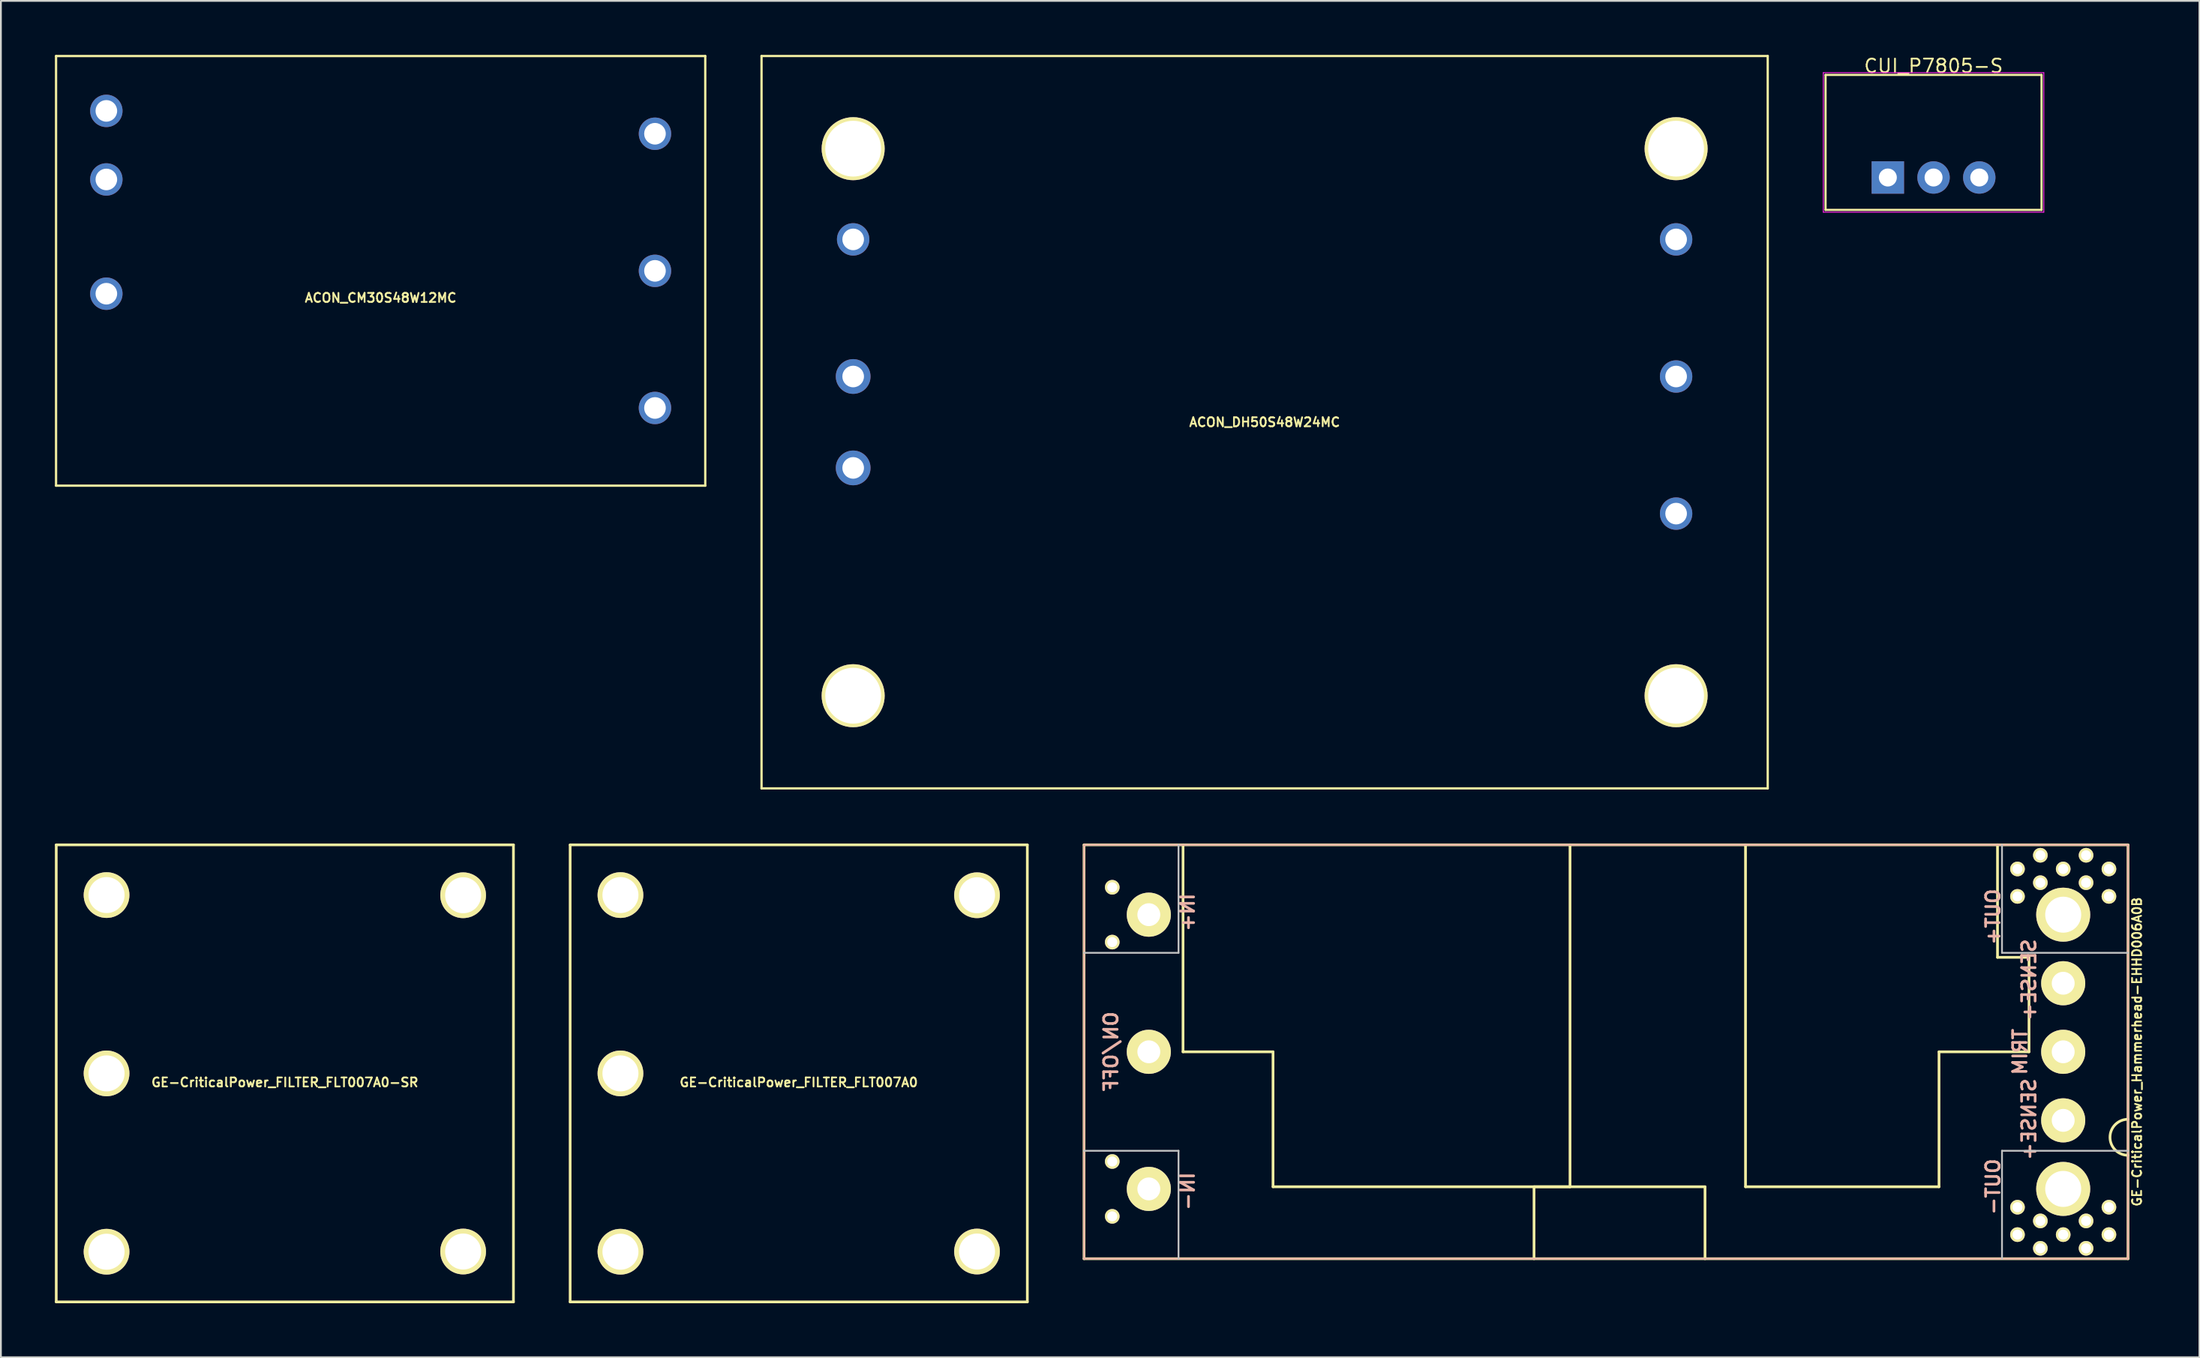
<source format=kicad_pcb>
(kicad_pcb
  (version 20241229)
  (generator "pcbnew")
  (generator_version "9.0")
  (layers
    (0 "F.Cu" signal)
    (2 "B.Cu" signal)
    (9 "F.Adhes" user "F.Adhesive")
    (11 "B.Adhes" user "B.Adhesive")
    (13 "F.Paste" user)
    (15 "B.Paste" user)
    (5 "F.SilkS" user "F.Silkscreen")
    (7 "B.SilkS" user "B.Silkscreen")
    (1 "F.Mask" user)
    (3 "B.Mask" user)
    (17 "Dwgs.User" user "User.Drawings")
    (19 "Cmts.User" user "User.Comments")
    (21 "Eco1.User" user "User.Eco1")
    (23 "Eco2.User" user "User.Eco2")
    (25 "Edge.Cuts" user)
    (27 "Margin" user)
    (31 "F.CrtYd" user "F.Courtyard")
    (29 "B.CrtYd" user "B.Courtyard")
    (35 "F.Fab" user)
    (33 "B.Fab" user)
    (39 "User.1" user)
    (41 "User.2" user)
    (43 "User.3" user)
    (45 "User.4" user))
  (footprint "GE-CriticalPower_FILTER_FLT007A0-SR"
    (layer "F.Cu")
    (at 12.775 56.602)
    (property "Reference" "GE-CriticalPower_FILTER_FLT007A0-SR" (at 0 0.5 0) (layer "F.SilkS") (effects (font (size 0.5 0.5) (thickness 0.1))))
    (attr through_hole)
    (fp_line (start -12.7 -12.7) (end -12.7 12.7) (stroke (width 0.15) (type solid)) (layer "F.SilkS"))
    (fp_line (start -12.7 -12.7) (end 12.7 -12.7) (stroke (width 0.15) (type solid)) (layer "F.SilkS"))
    (fp_line (start 12.7 -12.7) (end 12.7 12.7) (stroke (width 0.15) (type solid)) (layer "F.SilkS"))
    (fp_line (start 12.7 12.7) (end -12.7 12.7) (stroke (width 0.15) (type solid)) (layer "F.SilkS"))
    (pad "1" thru_hole circle (at -9.905 9.91) (size 2.54 2.54) (drill 2) (layers "*.Cu" "*.Mask" "F.SilkS"))
    (pad "2" thru_hole circle (at -9.905 -9.91) (size 2.54 2.54) (drill 2) (layers "*.Cu" "*.Mask" "F.SilkS"))
    (pad "3" thru_hole circle (at -9.905 0) (size 2.54 2.54) (drill 2) (layers "*.Cu" "*.Mask" "F.SilkS"))
    (pad "4" thru_hole circle (at 9.905 9.9) (size 2.54 2.54) (drill 2) (layers "*.Cu" "*.Mask" "F.SilkS"))
    (pad "5" thru_hole circle (at 9.905 -9.9) (size 2.54 2.54) (drill 2) (layers "*.Cu" "*.Mask" "F.SilkS")))
  (footprint "ACON_CM30S48W12MC"
    (layer "F.Cu")
    (at 18.098 12.002)
    (property "Reference" "ACON_CM30S48W12MC" (at 0 1.5 0) (layer "F.SilkS") (effects (font (size 0.5 0.5) (thickness 0.1))))
    (attr through_hole)
    (fp_line (start -18.034 -11.938) (end 18.034 -11.938) (stroke (width 0.127) (type solid)) (layer "F.SilkS"))
    (fp_line (start -18.034 11.938) (end -18.034 -11.938) (stroke (width 0.127) (type solid)) (layer "F.SilkS"))
    (fp_line (start 18.034 -11.938) (end 18.034 11.938) (stroke (width 0.127) (type solid)) (layer "F.SilkS"))
    (fp_line (start 18.034 11.938) (end -18.034 11.938) (stroke (width 0.127) (type solid)) (layer "F.SilkS"))
    (pad "1" thru_hole circle (at -15.24 -8.89) (size 1.8 1.8) (drill 1.2) (layers "*.Cu" "*.Mask"))
    (pad "2" thru_hole circle (at -15.24 -5.08) (size 1.8 1.8) (drill 1.2) (layers "*.Cu" "*.Mask"))
    (pad "3" thru_hole circle (at -15.24 1.27) (size 1.8 1.8) (drill 1.2) (layers "*.Cu" "*.Mask"))
    (pad "4" thru_hole circle (at 15.24 7.62) (size 1.8 1.8) (drill 1.2) (layers "*.Cu" "*.Mask"))
    (pad "5" thru_hole circle (at 15.24 0) (size 1.8 1.8) (drill 1.2) (layers "*.Cu" "*.Mask"))
    (pad "6" thru_hole circle (at 15.24 -7.62) (size 1.8 1.8) (drill 1.2) (layers "*.Cu" "*.Mask")))
  (footprint "ACON_DH50S48W24MC"
    (layer "F.Cu")
    (at 67.209 20.413)
    (property "Reference" "ACON_DH50S48W24MC" (at 0 0 0) (layer "F.SilkS") (effects (font (size 0.5 0.5) (thickness 0.1))))
    (attr through_hole)
    (fp_line (start -27.95 -20.35) (end 27.95 -20.35) (stroke (width 0.127) (type solid)) (layer "F.SilkS"))
    (fp_line (start -27.95 20.35) (end -27.95 -20.35) (stroke (width 0.127) (type solid)) (layer "F.SilkS"))
    (fp_line (start 27.95 -20.35) (end 27.95 20.35) (stroke (width 0.127) (type solid)) (layer "F.SilkS"))
    (fp_line (start 27.95 20.35) (end -27.95 20.35) (stroke (width 0.127) (type solid)) (layer "F.SilkS"))
    (pad "1" thru_hole circle (at -22.86 -10.16) (size 1.8 1.8) (drill 1.2) (layers "*.Cu" "*.Mask"))
    (pad "2" thru_hole circle (at -22.86 -2.54 180) (size 1.93 1.93) (drill 1.2) (layers "*.Cu" "*.Mask"))
    (pad "3" thru_hole circle (at -22.86 2.54 180) (size 1.93 1.93) (drill 1.2) (layers "*.Cu" "*.Mask"))
    (pad "4" thru_hole circle (at 22.86 5.08) (size 1.8 1.8) (drill 1.2) (layers "*.Cu" "*.Mask"))
    (pad "5" thru_hole circle (at 22.86 -2.54) (size 1.8 1.8) (drill 1.2) (layers "*.Cu" "*.Mask"))
    (pad "6" thru_hole circle (at 22.86 -10.16) (size 1.8 1.8) (drill 1.2) (layers "*.Cu" "*.Mask"))
    (pad "7" thru_hole circle (at -22.86 -15.2) (size 3.5 3.5) (drill 3.1) (layers "*.Cu" "*.Mask" "F.SilkS"))
    (pad "7" thru_hole circle (at -22.86 15.2) (size 3.5 3.5) (drill 3.1) (layers "*.Cu" "*.Mask" "F.SilkS"))
    (pad "7" thru_hole circle (at 22.86 -15.2) (size 3.5 3.5) (drill 3.1) (layers "*.Cu" "*.Mask" "F.SilkS"))
    (pad "7" thru_hole circle (at 22.86 15.2) (size 3.5 3.5) (drill 3.1) (layers "*.Cu" "*.Mask" "F.SilkS")))
  (footprint "GE-CriticalPower_Hammerhead-EHHD006A0B"
    (layer "F.Cu")
    (at 86.175 55.402)
    (property "Reference" "GE-CriticalPower_Hammerhead-EHHD006A0B" (at 29.5 0 270) (layer "F.SilkS") (effects (font (size 0.5 0.5) (thickness 0.1))))
    (attr through_hole)
    (fp_line (start -29 -11.5) (end -29 11.5) (stroke (width 0.15) (type solid)) (layer "F.SilkS"))
    (fp_line (start -23.5 -11.5) (end -23.5 0) (stroke (width 0.15) (type solid)) (layer "F.SilkS"))
    (fp_line (start -23.5 0) (end -18.5 0) (stroke (width 0.15) (type solid)) (layer "F.SilkS"))
    (fp_line (start -18.5 0) (end -18.5 7.5) (stroke (width 0.15) (type solid)) (layer "F.SilkS"))
    (fp_line (start -18.5 7.5) (end -2 7.5) (stroke (width 0.15) (type solid)) (layer "F.SilkS"))
    (fp_line (start -4 7.5) (end -4 11.5) (stroke (width 0.15) (type solid)) (layer "F.SilkS"))
    (fp_line (start -2 7.5) (end -2 -11.5) (stroke (width 0.15) (type solid)) (layer "F.SilkS"))
    (fp_line (start 5.5 7.5) (end -4 7.5) (stroke (width 0.15) (type solid)) (layer "F.SilkS"))
    (fp_line (start 5.5 11.5) (end 5.5 7.5) (stroke (width 0.15) (type solid)) (layer "F.SilkS"))
    (fp_line (start 7.75 7.5) (end 7.75 -11.5) (stroke (width 0.15) (type solid)) (layer "F.SilkS"))
    (fp_line (start 18.5 0) (end 18.5 7.5) (stroke (width 0.15) (type solid)) (layer "F.SilkS"))
    (fp_line (start 18.5 7.5) (end 7.75 7.5) (stroke (width 0.15) (type solid)) (layer "F.SilkS"))
    (fp_line (start 21.75 -5.25) (end 21.75 -11.5) (stroke (width 0.15) (type solid)) (layer "F.SilkS"))
    (fp_line (start 23.5 -5.25) (end 21.75 -5.25) (stroke (width 0.15) (type solid)) (layer "F.SilkS"))
    (fp_line (start 23.5 0) (end 18.5 0) (stroke (width 0.15) (type solid)) (layer "F.SilkS"))
    (fp_line (start 23.5 0) (end 23.5 -5.25) (stroke (width 0.15) (type solid)) (layer "F.SilkS"))
    (fp_line (start 29 -11.5) (end -29 -11.5) (stroke (width 0.15) (type solid)) (layer "F.SilkS"))
    (fp_line (start 29 -11.5) (end 29 11.5) (stroke (width 0.15) (type solid)) (layer "F.SilkS"))
    (fp_line (start 29 11.5) (end -29 11.5) (stroke (width 0.15) (type solid)) (layer "F.SilkS"))
    (fp_arc (start 29 5.75) (mid 28 4.75) (end 29 3.75) (stroke (width 0.15) (type solid)) (layer "F.SilkS"))
    (fp_line (start -29 -11.5) (end 29 -11.5) (stroke (width 0.1) (type solid)) (layer "B.SilkS"))
    (fp_line (start -29 11.5) (end -29 -11.5) (stroke (width 0.1) (type solid)) (layer "B.SilkS"))
    (fp_line (start 29 -11.5) (end 29 11.5) (stroke (width 0.1) (type solid)) (layer "B.SilkS"))
    (fp_line (start 29 11.5) (end -29 11.5) (stroke (width 0.1) (type solid)) (layer "B.SilkS"))
    (fp_line (start -23.75 -11.5) (end -23.75 -5.5) (stroke (width 0.1) (type solid)) (layer "Dwgs.User"))
    (fp_line (start -23.75 -5.5) (end -29 -5.5) (stroke (width 0.1) (type solid)) (layer "Dwgs.User"))
    (fp_line (start -23.75 5.5) (end -29 5.5) (stroke (width 0.1) (type solid)) (layer "Dwgs.User"))
    (fp_line (start -23.75 11.5) (end -23.75 5.5) (stroke (width 0.1) (type solid)) (layer "Dwgs.User"))
    (fp_line (start 22 -5.5) (end 22 -11.5) (stroke (width 0.1) (type solid)) (layer "Dwgs.User"))
    (fp_line (start 22 5.5) (end 22 11.5) (stroke (width 0.1) (type solid)) (layer "Dwgs.User"))
    (fp_line (start 29 -5.5) (end 22 -5.5) (stroke (width 0.1) (type solid)) (layer "Dwgs.User"))
    (fp_line (start 29 5.5) (end 22 5.5) (stroke (width 0.1) (type solid)) (layer "Dwgs.User"))
    (fp_text user "OUT+" (at 21.5 -7.5 270) (layer "B.SilkS") (effects (font (size 0.75 0.75) (thickness 0.15)) (justify mirror)))
    (fp_text user "IN+" (at -23.25 -7.75 90) (layer "B.SilkS") (effects (font (size 0.75 0.75) (thickness 0.15)) (justify mirror)))
    (fp_text user "TRIM" (at 23 0 270) (layer "B.SilkS") (effects (font (size 0.75 0.75) (thickness 0.15)) (justify mirror)))
    (fp_text user "SENSE+" (at 23.5 3.75 270) (layer "B.SilkS") (effects (font (size 0.75 0.75) (thickness 0.15)) (justify mirror)))
    (fp_text user "SENSE+" (at 23.5 -4 270) (layer "B.SilkS") (effects (font (size 0.75 0.75) (thickness 0.15)) (justify mirror)))
    (fp_text user "IN-" (at -23.25 7.75 270) (layer "B.SilkS") (effects (font (size 0.75 0.75) (thickness 0.15)) (justify mirror)))
    (fp_text user "ON/OFF" (at -27.5 0 270) (layer "B.SilkS") (effects (font (size 0.75 0.75) (thickness 0.15)) (justify mirror)))
    (fp_text user "OUT-" (at 21.5 7.5 90) (layer "B.SilkS") (effects (font (size 0.75 0.75) (thickness 0.15)) (justify mirror)))
    (pad "1" thru_hole circle (at -27.432 -9.144) (size 0.813 0.813) (drill 0.559) (layers "*.Cu" "*.Mask" "F.SilkS"))
    (pad "1" thru_hole circle (at -25.4 -7.62) (size 2.45 2.45) (drill 1.27) (layers "*.Cu" "*.Mask" "F.SilkS"))
    (pad "2" thru_hole circle (at -27.432 -6.096) (size 0.813 0.813) (drill 0.559) (layers "*.Cu" "*.Mask" "F.SilkS"))
    (pad "2" thru_hole circle (at -25.4 0) (size 2.45 2.45) (drill 1.27) (layers "*.Cu" "*.Mask" "F.SilkS"))
    (pad "3" thru_hole circle (at -27.432 6.096) (size 0.813 0.813) (drill 0.559) (layers "*.Cu" "*.Mask" "F.SilkS"))
    (pad "3" thru_hole circle (at -27.432 9.144) (size 0.813 0.813) (drill 0.559) (layers "*.Cu" "*.Mask" "F.SilkS"))
    (pad "3" thru_hole circle (at -25.4 7.62) (size 2.45 2.45) (drill 1.27) (layers "*.Cu" "*.Mask" "F.SilkS"))
    (pad "4" thru_hole circle (at 22.86 8.636 180) (size 0.813 0.813) (drill 0.559) (layers "*.Cu" "*.Mask" "F.SilkS"))
    (pad "4" thru_hole circle (at 22.86 10.16 180) (size 0.813 0.813) (drill 0.559) (layers "*.Cu" "*.Mask" "F.SilkS"))
    (pad "4" thru_hole circle (at 24.13 9.398 180) (size 0.813 0.813) (drill 0.559) (layers "*.Cu" "*.Mask" "F.SilkS"))
    (pad "4" thru_hole circle (at 24.13 10.922 180) (size 0.813 0.813) (drill 0.559) (layers "*.Cu" "*.Mask" "F.SilkS"))
    (pad "4" thru_hole circle (at 25.4 7.62) (size 3 3) (drill 2) (layers "*.Cu" "*.Mask" "F.SilkS"))
    (pad "4" thru_hole circle (at 25.4 10.16 180) (size 0.813 0.813) (drill 0.559) (layers "*.Cu" "*.Mask" "F.SilkS"))
    (pad "4" thru_hole circle (at 26.67 9.398 180) (size 0.813 0.813) (drill 0.559) (layers "*.Cu" "*.Mask" "F.SilkS"))
    (pad "4" thru_hole circle (at 26.67 10.922 180) (size 0.813 0.813) (drill 0.559) (layers "*.Cu" "*.Mask" "F.SilkS"))
    (pad "4" thru_hole circle (at 27.94 8.636 180) (size 0.813 0.813) (drill 0.559) (layers "*.Cu" "*.Mask" "F.SilkS"))
    (pad "4" thru_hole circle (at 27.94 10.16 180) (size 0.813 0.813) (drill 0.559) (layers "*.Cu" "*.Mask" "F.SilkS"))
    (pad "5" thru_hole circle (at 25.4 3.81) (size 2.45 2.45) (drill 1.27) (layers "*.Cu" "*.Mask" "F.SilkS"))
    (pad "6" thru_hole circle (at 25.4 0) (size 2.45 2.45) (drill 1.27) (layers "*.Cu" "*.Mask" "F.SilkS"))
    (pad "7" thru_hole circle (at 25.4 -3.81) (size 2.45 2.45) (drill 1.27) (layers "*.Cu" "*.Mask" "F.SilkS"))
    (pad "8" thru_hole circle (at 22.86 -10.16) (size 0.813 0.813) (drill 0.559) (layers "*.Cu" "*.Mask" "F.SilkS"))
    (pad "8" thru_hole circle (at 22.86 -8.636) (size 0.813 0.813) (drill 0.559) (layers "*.Cu" "*.Mask" "F.SilkS"))
    (pad "8" thru_hole circle (at 24.13 -10.922) (size 0.813 0.813) (drill 0.559) (layers "*.Cu" "*.Mask" "F.SilkS"))
    (pad "8" thru_hole circle (at 24.13 -9.398) (size 0.813 0.813) (drill 0.559) (layers "*.Cu" "*.Mask" "F.SilkS"))
    (pad "8" thru_hole circle (at 25.4 -10.16) (size 0.813 0.813) (drill 0.559) (layers "*.Cu" "*.Mask" "F.SilkS"))
    (pad "8" thru_hole circle (at 25.4 -7.62) (size 3 3) (drill 2) (layers "*.Cu" "*.Mask" "F.SilkS"))
    (pad "8" thru_hole circle (at 26.67 -10.922) (size 0.813 0.813) (drill 0.559) (layers "*.Cu" "*.Mask" "F.SilkS"))
    (pad "8" thru_hole circle (at 26.67 -9.398) (size 0.813 0.813) (drill 0.559) (layers "*.Cu" "*.Mask" "F.SilkS"))
    (pad "8" thru_hole circle (at 27.94 -10.16) (size 0.813 0.813) (drill 0.559) (layers "*.Cu" "*.Mask" "F.SilkS"))
    (pad "8" thru_hole circle (at 27.94 -8.636) (size 0.813 0.813) (drill 0.559) (layers "*.Cu" "*.Mask" "F.SilkS")))
  (footprint "GE-CriticalPower_FILTER_FLT007A0"
    (layer "F.Cu")
    (at 41.325 56.602)
    (property "Reference" "GE-CriticalPower_FILTER_FLT007A0" (at 0 0.5 0) (layer "F.SilkS") (effects (font (size 0.5 0.5) (thickness 0.1))))
    (attr through_hole)
    (fp_line (start -12.7 -12.7) (end -12.7 12.7) (stroke (width 0.15) (type solid)) (layer "F.SilkS"))
    (fp_line (start -12.7 -12.7) (end 12.7 -12.7) (stroke (width 0.15) (type solid)) (layer "F.SilkS"))
    (fp_line (start 12.7 -12.7) (end 12.7 12.7) (stroke (width 0.15) (type solid)) (layer "F.SilkS"))
    (fp_line (start 12.7 12.7) (end -12.7 12.7) (stroke (width 0.15) (type solid)) (layer "F.SilkS"))
    (pad "1" thru_hole circle (at -9.905 9.91) (size 2.54 2.54) (drill 2) (layers "*.Cu" "*.Mask" "F.SilkS"))
    (pad "2" thru_hole circle (at -9.905 -9.91) (size 2.54 2.54) (drill 2) (layers "*.Cu" "*.Mask" "F.SilkS"))
    (pad "3" thru_hole circle (at -9.905 0) (size 2.54 2.54) (drill 2) (layers "*.Cu" "*.Mask" "F.SilkS"))
    (pad "4" thru_hole circle (at 9.905 9.9) (size 2.54 2.54) (drill 2) (layers "*.Cu" "*.Mask" "F.SilkS"))
    (pad "5" thru_hole circle (at 9.905 -9.9) (size 2.54 2.54) (drill 2) (layers "*.Cu" "*.Mask" "F.SilkS")))
  (footprint "CUI_P7805-S"
    (layer "F.Cu")
    (at 104.372 4.864)
    (property "Reference" "CUI_P7805-S" (at 0 -4.25 0) (layer "F.SilkS") (effects (font (size 0.75 0.75) (thickness 0.1))))
    (attr through_hole)
    (fp_line (start -6 -3.75) (end -6 3.75) (stroke (width 0.12) (type solid)) (layer "F.SilkS"))
    (fp_line (start -6 -3.75) (end 6 -3.75) (stroke (width 0.12) (type solid)) (layer "F.SilkS"))
    (fp_line (start -6 3.75) (end 6 3.75) (stroke (width 0.12) (type solid)) (layer "F.SilkS"))
    (fp_line (start 6 -3.75) (end 6 3.75) (stroke (width 0.12) (type solid)) (layer "F.SilkS"))
    (fp_line (start -6.125 -3.875) (end -6.125 3.875) (stroke (width 0.05) (type solid)) (layer "F.CrtYd"))
    (fp_line (start -6.125 3.875) (end 6.125 3.875) (stroke (width 0.05) (type solid)) (layer "F.CrtYd"))
    (fp_line (start 6.125 -3.875) (end -6.125 -3.875) (stroke (width 0.05) (type solid)) (layer "F.CrtYd"))
    (fp_line (start 6.125 3.875) (end 6.125 -3.875) (stroke (width 0.05) (type solid)) (layer "F.CrtYd"))
    (pad "1" thru_hole rect (at -2.54 1.95) (size 1.8 1.8) (drill 1) (layers "*.Cu" "*.Mask"))
    (pad "2" thru_hole oval (at 0 1.95) (size 1.8 1.8) (drill 1) (layers "*.Cu" "*.Mask"))
    (pad "3" thru_hole oval (at 2.54 1.95) (size 1.8 1.8) (drill 1) (layers "*.Cu" "*.Mask")))
  (gr_rect
    (start -3 -3)
    (end 119.143 72.377)
    (stroke (width 0.1) (type default))
    (fill no)
    (layer "Edge.Cuts")))
</source>
